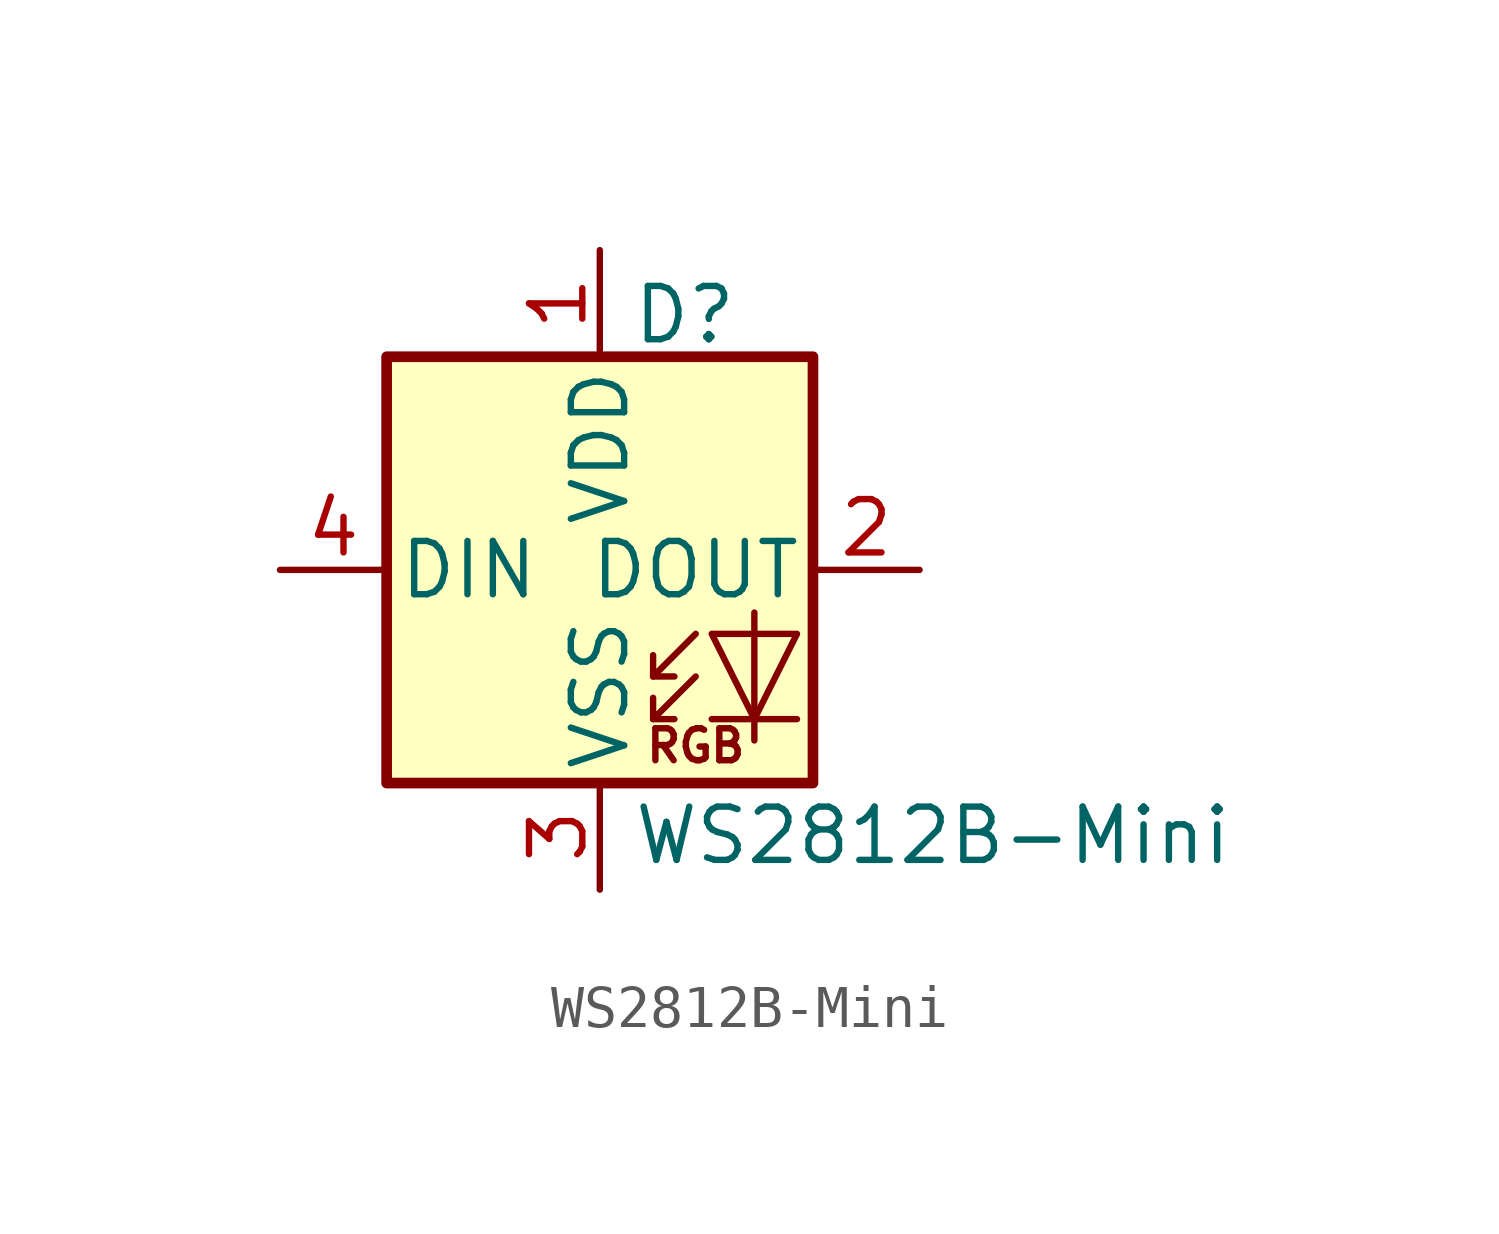
<source format=kicad_sym>
(kicad_symbol_lib
  (version 20220914)
  (generator kicad_symbol_editor)
  (symbol "WS2812B-Mini"
    (pin_names
      (offset 0.254))
    (property "Reference" "D"
      (at 3.302 5.334 0)
      (do_not_autoplace)
      (effects (font (size 1.27 1.27)) (justify right bottom)))
    (property "Value" "WS2812B-Mini"
      (at 0.762 -5.588 0)
      (do_not_autoplace)
      (effects (font (size 1.27 1.27)) (justify left top)))
    (symbol "WS2812B-Mini_0_0"
      (text "RGB" (at 2.286 -4.191 0) (effects (font (size 0.762 0.762)))))
    (symbol "WS2812B-Mini_0_1"
      (polyline (pts (xy 1.27 -3.556) (xy 1.778 -3.556)) (stroke (width 0) (type default)) (fill (type none)))
      (polyline (pts (xy 1.27 -2.54) (xy 1.778 -2.54)) (stroke (width 0) (type default)) (fill (type none)))
      (polyline (pts (xy 4.699 -3.556) (xy 2.667 -3.556)) (stroke (width 0) (type default)) (fill (type none)))
      (polyline (pts (xy 2.286 -2.54) (xy 1.27 -3.556) (xy 1.27 -3.048)) (stroke (width 0) (type default)) (fill (type none)))
      (polyline (pts (xy 2.286 -1.524) (xy 1.27 -2.54) (xy 1.27 -2.032)) (stroke (width 0) (type default)) (fill (type none)))
      (polyline (pts (xy 3.683 -1.016) (xy 3.683 -3.556) (xy 3.683 -4.064)) (stroke (width 0) (type default)) (fill (type none)))
      (polyline (pts (xy 4.699 -1.524) (xy 2.667 -1.524) (xy 3.683 -3.556) (xy 4.699 -1.524)) (stroke (width 0) (type default)) (fill (type none)))
      (rectangle (start 5.08 5.08) (end -5.08 -5.08) (stroke (width 0.254) (type default)) (fill (type background))))
    (symbol "WS2812B-Mini_1_1"
      (pin power_in line (at 0 7.62 270) (length 2.54) (name "VDD" (effects (font (size 1.27 1.27)))) (number "1" (effects (font (size 1.27 1.27)))))
      (pin output line (at 7.62 0 180) (length 2.54) (name "DOUT" (effects (font (size 1.27 1.27)))) (number "2" (effects (font (size 1.27 1.27)))))
      (pin power_in line (at 0 -7.62 90) (length 2.54) (name "VSS" (effects (font (size 1.27 1.27)))) (number "3" (effects (font (size 1.27 1.27)))))
      (pin input line (at -7.62 0 0) (length 2.54) (name "DIN" (effects (font (size 1.27 1.27)))) (number "4" (effects (font (size 1.27 1.27))))))))
</source>
